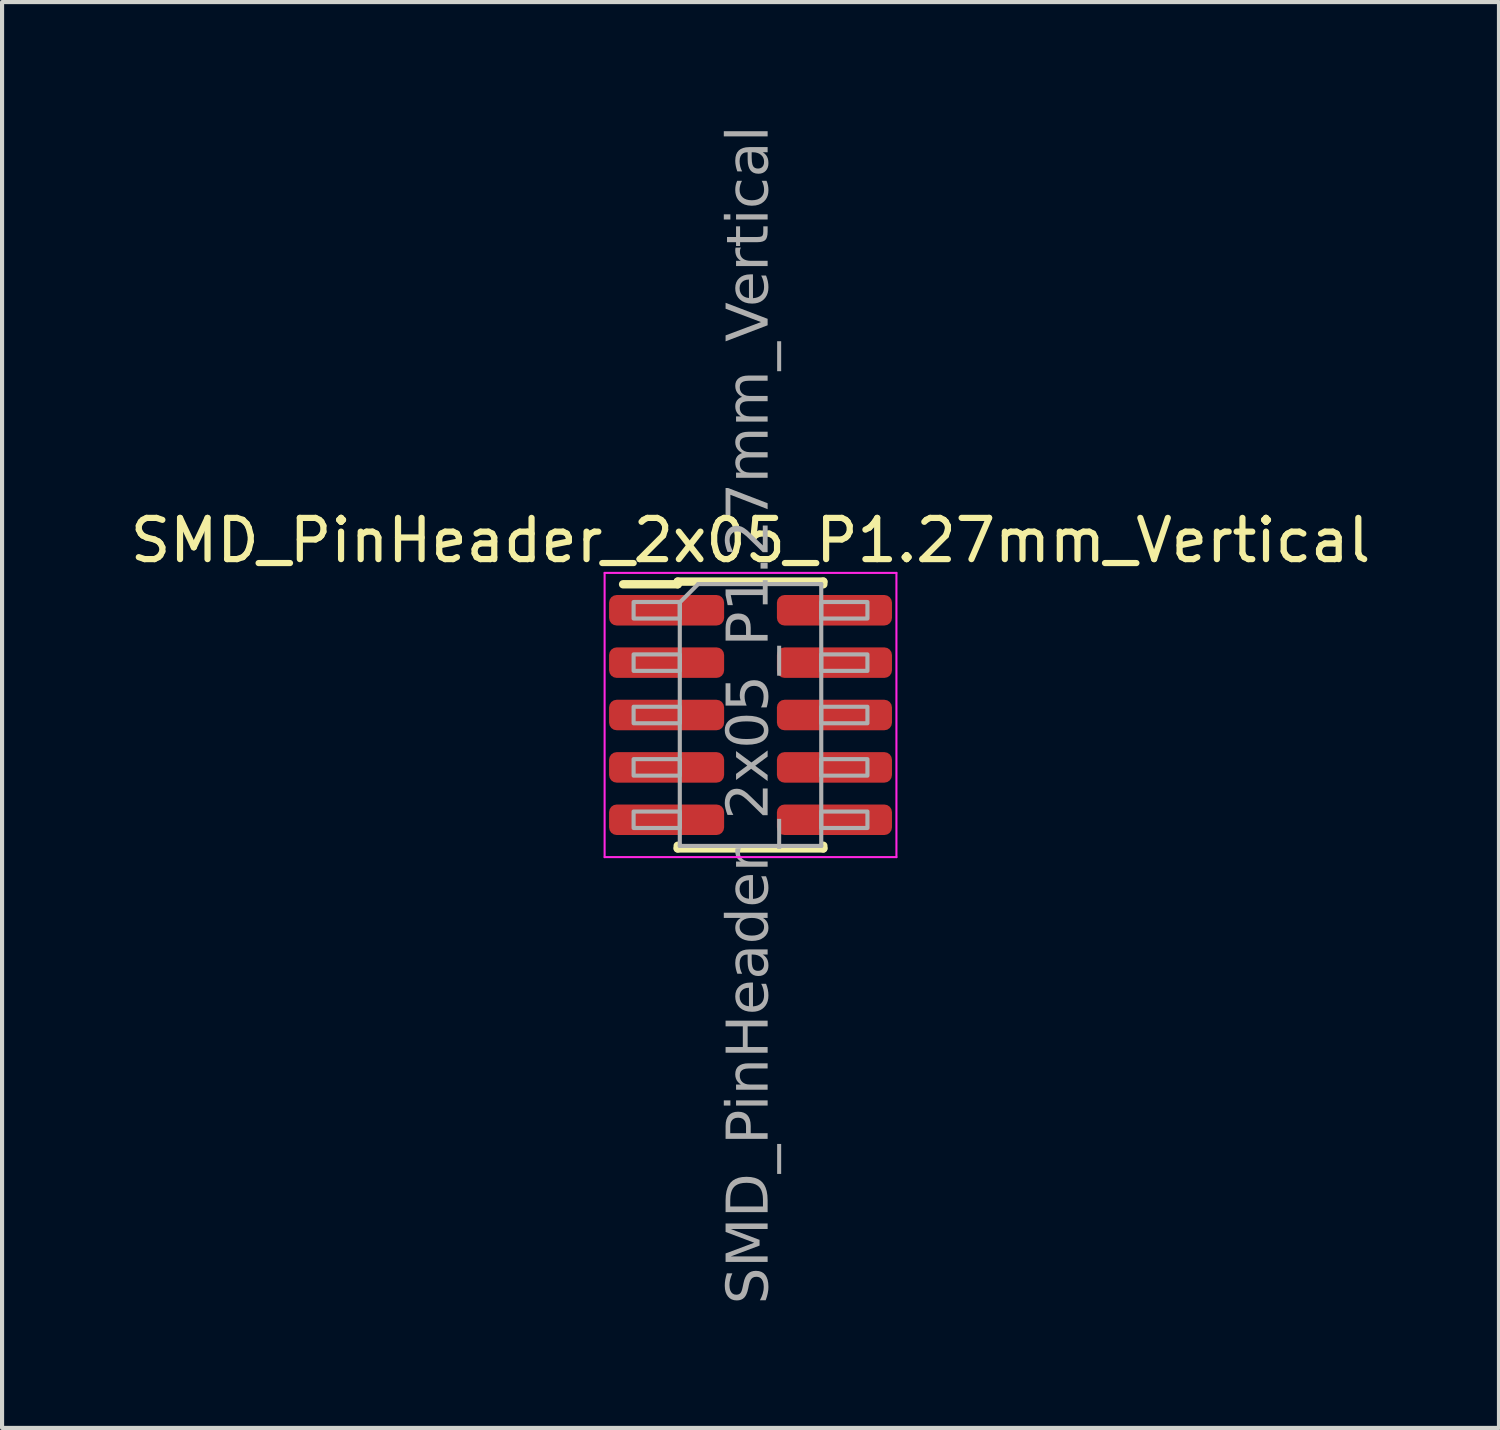
<source format=kicad_pcb>
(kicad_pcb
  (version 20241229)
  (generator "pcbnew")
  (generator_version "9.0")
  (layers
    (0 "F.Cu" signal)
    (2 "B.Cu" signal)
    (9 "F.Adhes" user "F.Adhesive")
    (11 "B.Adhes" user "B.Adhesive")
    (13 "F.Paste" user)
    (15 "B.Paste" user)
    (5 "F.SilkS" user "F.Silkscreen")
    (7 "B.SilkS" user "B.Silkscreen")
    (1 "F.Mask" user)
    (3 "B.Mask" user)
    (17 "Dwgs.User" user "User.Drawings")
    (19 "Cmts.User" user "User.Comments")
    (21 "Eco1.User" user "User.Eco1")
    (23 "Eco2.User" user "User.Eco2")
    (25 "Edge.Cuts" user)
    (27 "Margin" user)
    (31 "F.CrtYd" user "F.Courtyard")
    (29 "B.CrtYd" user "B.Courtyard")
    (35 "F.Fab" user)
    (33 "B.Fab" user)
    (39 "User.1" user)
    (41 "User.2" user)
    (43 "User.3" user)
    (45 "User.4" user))
  (footprint "SMD_PinHeader_2x05_P1.27mm_Vertical"
    (layer "F.Cu")
    (at 15.149 14.288)
    (property "Reference" "SMD_PinHeader_2x05_P1.27mm_Vertical" (at 0 -4.235 0) (layer "F.SilkS") (effects (font (size 1 1) (thickness 0.15))))
    (attr smd)
    (fp_line (start -3.09 -3.17) (end -1.765 -3.17) (stroke (width 0.203) (type solid)) (layer "F.SilkS"))
    (fp_line (start -1.765 -3.235) (end -1.765 -3.17) (stroke (width 0.203) (type solid)) (layer "F.SilkS"))
    (fp_line (start -1.765 -3.235) (end 1.765 -3.235) (stroke (width 0.203) (type solid)) (layer "F.SilkS"))
    (fp_line (start -1.765 3.17) (end -1.765 3.235) (stroke (width 0.203) (type solid)) (layer "F.SilkS"))
    (fp_line (start -1.765 3.235) (end 1.765 3.235) (stroke (width 0.203) (type solid)) (layer "F.SilkS"))
    (fp_line (start 1.765 -3.235) (end 1.765 -3.17) (stroke (width 0.203) (type solid)) (layer "F.SilkS"))
    (fp_line (start 1.765 3.17) (end 1.765 3.235) (stroke (width 0.203) (type solid)) (layer "F.SilkS"))
    (fp_line (start -3.538 -3.446) (end -3.538 3.446) (stroke (width 0.05) (type solid)) (layer "F.CrtYd"))
    (fp_line (start -3.538 3.446) (end 3.538 3.446) (stroke (width 0.05) (type solid)) (layer "F.CrtYd"))
    (fp_line (start 3.538 -3.446) (end -3.538 -3.446) (stroke (width 0.05) (type solid)) (layer "F.CrtYd"))
    (fp_line (start 3.538 3.446) (end 3.538 -3.446) (stroke (width 0.05) (type solid)) (layer "F.CrtYd"))
    (fp_line (start -1.715 3.175) (end -1.715 -2.74) (stroke (width 0.1) (type solid)) (layer "F.Fab"))
    (fp_line (start -1.705 -2.74) (end -1.27 -3.175) (stroke (width 0.1) (type solid)) (layer "F.Fab"))
    (fp_line (start -1.27 -3.175) (end 1.715 -3.175) (stroke (width 0.1) (type solid)) (layer "F.Fab"))
    (fp_line (start 1.715 -3.175) (end 1.715 3.175) (stroke (width 0.1) (type solid)) (layer "F.Fab"))
    (fp_line (start 1.715 3.175) (end -1.715 3.175) (stroke (width 0.1) (type solid)) (layer "F.Fab"))
    (fp_rect (start -2.835 -2.34) (end -1.715 -2.74) (stroke (width 0.1) (type solid)) (fill no) (layer "F.Fab"))
    (fp_rect (start -2.835 -1.07) (end -1.715 -1.47) (stroke (width 0.1) (type solid)) (fill no) (layer "F.Fab"))
    (fp_rect (start -2.835 0.2) (end -1.715 -0.2) (stroke (width 0.1) (type solid)) (fill no) (layer "F.Fab"))
    (fp_rect (start -2.835 1.47) (end -1.715 1.07) (stroke (width 0.1) (type solid)) (fill no) (layer "F.Fab"))
    (fp_rect (start -2.835 2.74) (end -1.715 2.34) (stroke (width 0.1) (type solid)) (fill no) (layer "F.Fab"))
    (fp_rect (start 2.835 -2.74) (end 1.715 -2.34) (stroke (width 0.1) (type solid)) (fill no) (layer "F.Fab"))
    (fp_rect (start 2.835 -1.47) (end 1.715 -1.07) (stroke (width 0.1) (type solid)) (fill no) (layer "F.Fab"))
    (fp_rect (start 2.835 -0.2) (end 1.715 0.2) (stroke (width 0.1) (type solid)) (fill no) (layer "F.Fab"))
    (fp_rect (start 2.835 1.07) (end 1.715 1.47) (stroke (width 0.1) (type solid)) (fill no) (layer "F.Fab"))
    (fp_rect (start 2.835 2.34) (end 1.715 2.74) (stroke (width 0.1) (type solid)) (fill no) (layer "F.Fab"))
    (fp_text user "${REFERENCE}" (at 0 0 90) (layer "F.Fab") (effects (font (face "Tahoma") (size 1 1) (thickness 0.15))))
    (pad "1" smd roundrect (at -2.035 -2.54) (size 2.79 0.74) (layers "F.Cu" "F.Mask" "F.Paste") (roundrect_rratio 0.25))
    (pad "2" smd roundrect (at 2.035 -2.54) (size 2.79 0.74) (layers "F.Cu" "F.Mask" "F.Paste") (roundrect_rratio 0.25))
    (pad "3" smd roundrect (at -2.035 -1.27) (size 2.79 0.74) (layers "F.Cu" "F.Mask" "F.Paste") (roundrect_rratio 0.25))
    (pad "4" smd roundrect (at 2.035 -1.27) (size 2.79 0.74) (layers "F.Cu" "F.Mask" "F.Paste") (roundrect_rratio 0.25))
    (pad "5" smd roundrect (at -2.035 0) (size 2.79 0.74) (layers "F.Cu" "F.Mask" "F.Paste") (roundrect_rratio 0.25))
    (pad "6" smd roundrect (at 2.035 0) (size 2.79 0.74) (layers "F.Cu" "F.Mask" "F.Paste") (roundrect_rratio 0.25))
    (pad "7" smd roundrect (at -2.035 1.27) (size 2.79 0.74) (layers "F.Cu" "F.Mask" "F.Paste") (roundrect_rratio 0.25))
    (pad "8" smd roundrect (at 2.035 1.27) (size 2.79 0.74) (layers "F.Cu" "F.Mask" "F.Paste") (roundrect_rratio 0.25))
    (pad "9" smd roundrect (at -2.035 2.54) (size 2.79 0.74) (layers "F.Cu" "F.Mask" "F.Paste") (roundrect_rratio 0.25))
    (pad "10" smd roundrect (at 2.035 2.54) (size 2.79 0.74) (layers "F.Cu" "F.Mask" "F.Paste") (roundrect_rratio 0.25)))
  (gr_rect
    (start -3 -3)
    (end 33.298 31.575)
    (stroke (width 0.1) (type default))
    (fill no)
    (layer "Edge.Cuts")))
</source>
